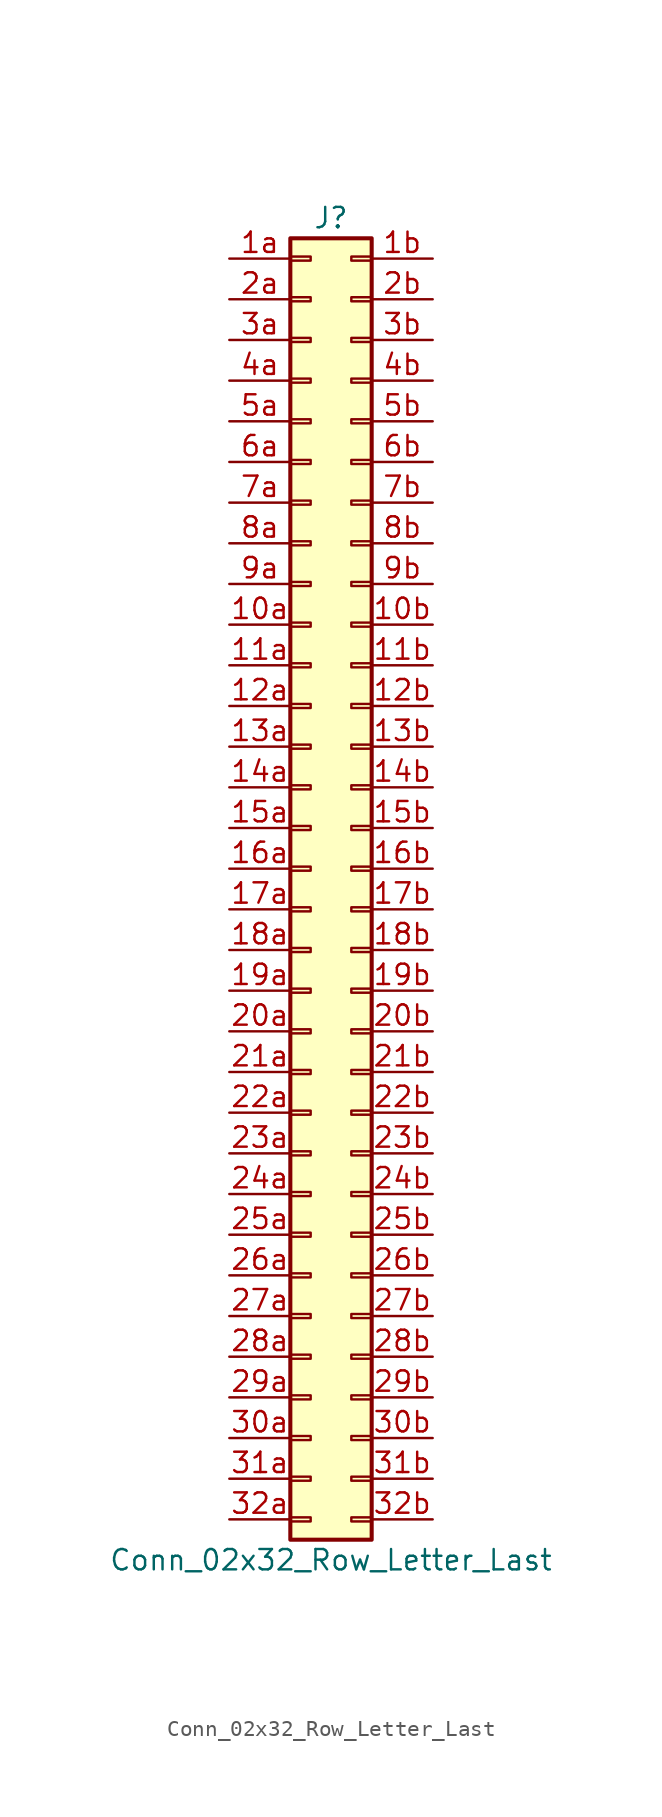
<source format=kicad_sym>
(kicad_symbol_lib
  (version 20201005)
  (generator kicad_symbol_editor)
  (symbol "Conn_02x32_Row_Letter_Last"
    (pin_names
      (offset 1.016) hide)
    (property "Reference" "J"
      (at 1.27 40.64 0)
      (effects (font (size 1.27 1.27))))
    (property "Value" "Conn_02x32_Row_Letter_Last"
      (at 1.27 -43.18 0)
      (effects (font (size 1.27 1.27))))
    (symbol "Conn_02x32_Row_Letter_Last_1_1"
      (rectangle (start -1.27 -40.513) (end 0 -40.767) (stroke (width 0.152)) (fill (type none)))
      (rectangle (start -1.27 -37.973) (end 0 -38.227) (stroke (width 0.152)) (fill (type none)))
      (rectangle (start -1.27 -35.433) (end 0 -35.687) (stroke (width 0.152)) (fill (type none)))
      (rectangle (start -1.27 -32.893) (end 0 -33.147) (stroke (width 0.152)) (fill (type none)))
      (rectangle (start -1.27 -30.353) (end 0 -30.607) (stroke (width 0.152)) (fill (type none)))
      (rectangle (start -1.27 -27.813) (end 0 -28.067) (stroke (width 0.152)) (fill (type none)))
      (rectangle (start -1.27 -25.273) (end 0 -25.527) (stroke (width 0.152)) (fill (type none)))
      (rectangle (start -1.27 -22.733) (end 0 -22.987) (stroke (width 0.152)) (fill (type none)))
      (rectangle (start -1.27 -20.193) (end 0 -20.447) (stroke (width 0.152)) (fill (type none)))
      (rectangle (start -1.27 -17.653) (end 0 -17.907) (stroke (width 0.152)) (fill (type none)))
      (rectangle (start -1.27 -15.113) (end 0 -15.367) (stroke (width 0.152)) (fill (type none)))
      (rectangle (start -1.27 -12.573) (end 0 -12.827) (stroke (width 0.152)) (fill (type none)))
      (rectangle (start -1.27 -10.033) (end 0 -10.287) (stroke (width 0.152)) (fill (type none)))
      (rectangle (start -1.27 -7.493) (end 0 -7.747) (stroke (width 0.152)) (fill (type none)))
      (rectangle (start -1.27 -4.953) (end 0 -5.207) (stroke (width 0.152)) (fill (type none)))
      (rectangle (start -1.27 -2.413) (end 0 -2.667) (stroke (width 0.152)) (fill (type none)))
      (rectangle (start -1.27 0.127) (end 0 -0.127) (stroke (width 0.152)) (fill (type none)))
      (rectangle (start -1.27 2.667) (end 0 2.413) (stroke (width 0.152)) (fill (type none)))
      (rectangle (start -1.27 5.207) (end 0 4.953) (stroke (width 0.152)) (fill (type none)))
      (rectangle (start -1.27 7.747) (end 0 7.493) (stroke (width 0.152)) (fill (type none)))
      (rectangle (start -1.27 10.287) (end 0 10.033) (stroke (width 0.152)) (fill (type none)))
      (rectangle (start -1.27 12.827) (end 0 12.573) (stroke (width 0.152)) (fill (type none)))
      (rectangle (start -1.27 15.367) (end 0 15.113) (stroke (width 0.152)) (fill (type none)))
      (rectangle (start -1.27 17.907) (end 0 17.653) (stroke (width 0.152)) (fill (type none)))
      (rectangle (start -1.27 20.447) (end 0 20.193) (stroke (width 0.152)) (fill (type none)))
      (rectangle (start -1.27 22.987) (end 0 22.733) (stroke (width 0.152)) (fill (type none)))
      (rectangle (start -1.27 25.527) (end 0 25.273) (stroke (width 0.152)) (fill (type none)))
      (rectangle (start -1.27 28.067) (end 0 27.813) (stroke (width 0.152)) (fill (type none)))
      (rectangle (start -1.27 30.607) (end 0 30.353) (stroke (width 0.152)) (fill (type none)))
      (rectangle (start -1.27 33.147) (end 0 32.893) (stroke (width 0.152)) (fill (type none)))
      (rectangle (start -1.27 35.687) (end 0 35.433) (stroke (width 0.152)) (fill (type none)))
      (rectangle (start -1.27 38.227) (end 0 37.973) (stroke (width 0.152)) (fill (type none)))
      (rectangle (start -1.27 39.37) (end 3.81 -41.91) (stroke (width 0.254)) (fill (type background)))
      (rectangle (start 3.81 -40.513) (end 2.54 -40.767) (stroke (width 0.152)) (fill (type none)))
      (rectangle (start 3.81 -37.973) (end 2.54 -38.227) (stroke (width 0.152)) (fill (type none)))
      (rectangle (start 3.81 -35.433) (end 2.54 -35.687) (stroke (width 0.152)) (fill (type none)))
      (rectangle (start 3.81 -32.893) (end 2.54 -33.147) (stroke (width 0.152)) (fill (type none)))
      (rectangle (start 3.81 -30.353) (end 2.54 -30.607) (stroke (width 0.152)) (fill (type none)))
      (rectangle (start 3.81 -27.813) (end 2.54 -28.067) (stroke (width 0.152)) (fill (type none)))
      (rectangle (start 3.81 -25.273) (end 2.54 -25.527) (stroke (width 0.152)) (fill (type none)))
      (rectangle (start 3.81 -22.733) (end 2.54 -22.987) (stroke (width 0.152)) (fill (type none)))
      (rectangle (start 3.81 -20.193) (end 2.54 -20.447) (stroke (width 0.152)) (fill (type none)))
      (rectangle (start 3.81 -17.653) (end 2.54 -17.907) (stroke (width 0.152)) (fill (type none)))
      (rectangle (start 3.81 -15.113) (end 2.54 -15.367) (stroke (width 0.152)) (fill (type none)))
      (rectangle (start 3.81 -12.573) (end 2.54 -12.827) (stroke (width 0.152)) (fill (type none)))
      (rectangle (start 3.81 -10.033) (end 2.54 -10.287) (stroke (width 0.152)) (fill (type none)))
      (rectangle (start 3.81 -7.493) (end 2.54 -7.747) (stroke (width 0.152)) (fill (type none)))
      (rectangle (start 3.81 -4.953) (end 2.54 -5.207) (stroke (width 0.152)) (fill (type none)))
      (rectangle (start 3.81 -2.413) (end 2.54 -2.667) (stroke (width 0.152)) (fill (type none)))
      (rectangle (start 3.81 0.127) (end 2.54 -0.127) (stroke (width 0.152)) (fill (type none)))
      (rectangle (start 3.81 2.667) (end 2.54 2.413) (stroke (width 0.152)) (fill (type none)))
      (rectangle (start 3.81 5.207) (end 2.54 4.953) (stroke (width 0.152)) (fill (type none)))
      (rectangle (start 3.81 7.747) (end 2.54 7.493) (stroke (width 0.152)) (fill (type none)))
      (rectangle (start 3.81 10.287) (end 2.54 10.033) (stroke (width 0.152)) (fill (type none)))
      (rectangle (start 3.81 12.827) (end 2.54 12.573) (stroke (width 0.152)) (fill (type none)))
      (rectangle (start 3.81 15.367) (end 2.54 15.113) (stroke (width 0.152)) (fill (type none)))
      (rectangle (start 3.81 17.907) (end 2.54 17.653) (stroke (width 0.152)) (fill (type none)))
      (rectangle (start 3.81 20.447) (end 2.54 20.193) (stroke (width 0.152)) (fill (type none)))
      (rectangle (start 3.81 22.987) (end 2.54 22.733) (stroke (width 0.152)) (fill (type none)))
      (rectangle (start 3.81 25.527) (end 2.54 25.273) (stroke (width 0.152)) (fill (type none)))
      (rectangle (start 3.81 28.067) (end 2.54 27.813) (stroke (width 0.152)) (fill (type none)))
      (rectangle (start 3.81 30.607) (end 2.54 30.353) (stroke (width 0.152)) (fill (type none)))
      (rectangle (start 3.81 33.147) (end 2.54 32.893) (stroke (width 0.152)) (fill (type none)))
      (rectangle (start 3.81 35.687) (end 2.54 35.433) (stroke (width 0.152)) (fill (type none)))
      (rectangle (start 3.81 38.227) (end 2.54 37.973) (stroke (width 0.152)) (fill (type none)))
      (pin passive line (at -5.08 15.24 0) (length 3.81) (name "Pin_10a" (effects (font (size 1.27 1.27)))) (number "10a" (effects (font (size 1.27 1.27)))))
      (pin passive line (at 7.62 15.24 180) (length 3.81) (name "Pin_10b" (effects (font (size 1.27 1.27)))) (number "10b" (effects (font (size 1.27 1.27)))))
      (pin passive line (at -5.08 12.7 0) (length 3.81) (name "Pin_11a" (effects (font (size 1.27 1.27)))) (number "11a" (effects (font (size 1.27 1.27)))))
      (pin passive line (at 7.62 12.7 180) (length 3.81) (name "Pin_11b" (effects (font (size 1.27 1.27)))) (number "11b" (effects (font (size 1.27 1.27)))))
      (pin passive line (at -5.08 10.16 0) (length 3.81) (name "Pin_12a" (effects (font (size 1.27 1.27)))) (number "12a" (effects (font (size 1.27 1.27)))))
      (pin passive line (at 7.62 10.16 180) (length 3.81) (name "Pin_12b" (effects (font (size 1.27 1.27)))) (number "12b" (effects (font (size 1.27 1.27)))))
      (pin passive line (at -5.08 7.62 0) (length 3.81) (name "Pin_13a" (effects (font (size 1.27 1.27)))) (number "13a" (effects (font (size 1.27 1.27)))))
      (pin passive line (at 7.62 7.62 180) (length 3.81) (name "Pin_13b" (effects (font (size 1.27 1.27)))) (number "13b" (effects (font (size 1.27 1.27)))))
      (pin passive line (at -5.08 5.08 0) (length 3.81) (name "Pin_14a" (effects (font (size 1.27 1.27)))) (number "14a" (effects (font (size 1.27 1.27)))))
      (pin passive line (at 7.62 5.08 180) (length 3.81) (name "Pin_14b" (effects (font (size 1.27 1.27)))) (number "14b" (effects (font (size 1.27 1.27)))))
      (pin passive line (at -5.08 2.54 0) (length 3.81) (name "Pin_15a" (effects (font (size 1.27 1.27)))) (number "15a" (effects (font (size 1.27 1.27)))))
      (pin passive line (at 7.62 2.54 180) (length 3.81) (name "Pin_15b" (effects (font (size 1.27 1.27)))) (number "15b" (effects (font (size 1.27 1.27)))))
      (pin passive line (at -5.08 0 0) (length 3.81) (name "Pin_16a" (effects (font (size 1.27 1.27)))) (number "16a" (effects (font (size 1.27 1.27)))))
      (pin passive line (at 7.62 0 180) (length 3.81) (name "Pin_16b" (effects (font (size 1.27 1.27)))) (number "16b" (effects (font (size 1.27 1.27)))))
      (pin passive line (at -5.08 -2.54 0) (length 3.81) (name "Pin_17a" (effects (font (size 1.27 1.27)))) (number "17a" (effects (font (size 1.27 1.27)))))
      (pin passive line (at 7.62 -2.54 180) (length 3.81) (name "Pin_17b" (effects (font (size 1.27 1.27)))) (number "17b" (effects (font (size 1.27 1.27)))))
      (pin passive line (at -5.08 -5.08 0) (length 3.81) (name "Pin_18a" (effects (font (size 1.27 1.27)))) (number "18a" (effects (font (size 1.27 1.27)))))
      (pin passive line (at 7.62 -5.08 180) (length 3.81) (name "Pin_18b" (effects (font (size 1.27 1.27)))) (number "18b" (effects (font (size 1.27 1.27)))))
      (pin passive line (at -5.08 -7.62 0) (length 3.81) (name "Pin_19a" (effects (font (size 1.27 1.27)))) (number "19a" (effects (font (size 1.27 1.27)))))
      (pin passive line (at 7.62 -7.62 180) (length 3.81) (name "Pin_19b" (effects (font (size 1.27 1.27)))) (number "19b" (effects (font (size 1.27 1.27)))))
      (pin passive line (at -5.08 38.1 0) (length 3.81) (name "Pin_1a" (effects (font (size 1.27 1.27)))) (number "1a" (effects (font (size 1.27 1.27)))))
      (pin passive line (at 7.62 38.1 180) (length 3.81) (name "Pin_1b" (effects (font (size 1.27 1.27)))) (number "1b" (effects (font (size 1.27 1.27)))))
      (pin passive line (at -5.08 -10.16 0) (length 3.81) (name "Pin_20a" (effects (font (size 1.27 1.27)))) (number "20a" (effects (font (size 1.27 1.27)))))
      (pin passive line (at 7.62 -10.16 180) (length 3.81) (name "Pin_20b" (effects (font (size 1.27 1.27)))) (number "20b" (effects (font (size 1.27 1.27)))))
      (pin passive line (at -5.08 -12.7 0) (length 3.81) (name "Pin_21a" (effects (font (size 1.27 1.27)))) (number "21a" (effects (font (size 1.27 1.27)))))
      (pin passive line (at 7.62 -12.7 180) (length 3.81) (name "Pin_21b" (effects (font (size 1.27 1.27)))) (number "21b" (effects (font (size 1.27 1.27)))))
      (pin passive line (at -5.08 -15.24 0) (length 3.81) (name "Pin_22a" (effects (font (size 1.27 1.27)))) (number "22a" (effects (font (size 1.27 1.27)))))
      (pin passive line (at 7.62 -15.24 180) (length 3.81) (name "Pin_22b" (effects (font (size 1.27 1.27)))) (number "22b" (effects (font (size 1.27 1.27)))))
      (pin passive line (at -5.08 -17.78 0) (length 3.81) (name "Pin_23a" (effects (font (size 1.27 1.27)))) (number "23a" (effects (font (size 1.27 1.27)))))
      (pin passive line (at 7.62 -17.78 180) (length 3.81) (name "Pin_23b" (effects (font (size 1.27 1.27)))) (number "23b" (effects (font (size 1.27 1.27)))))
      (pin passive line (at -5.08 -20.32 0) (length 3.81) (name "Pin_24a" (effects (font (size 1.27 1.27)))) (number "24a" (effects (font (size 1.27 1.27)))))
      (pin passive line (at 7.62 -20.32 180) (length 3.81) (name "Pin_24b" (effects (font (size 1.27 1.27)))) (number "24b" (effects (font (size 1.27 1.27)))))
      (pin passive line (at -5.08 -22.86 0) (length 3.81) (name "Pin_25a" (effects (font (size 1.27 1.27)))) (number "25a" (effects (font (size 1.27 1.27)))))
      (pin passive line (at 7.62 -22.86 180) (length 3.81) (name "Pin_25b" (effects (font (size 1.27 1.27)))) (number "25b" (effects (font (size 1.27 1.27)))))
      (pin passive line (at -5.08 -25.4 0) (length 3.81) (name "Pin_26a" (effects (font (size 1.27 1.27)))) (number "26a" (effects (font (size 1.27 1.27)))))
      (pin passive line (at 7.62 -25.4 180) (length 3.81) (name "Pin_26b" (effects (font (size 1.27 1.27)))) (number "26b" (effects (font (size 1.27 1.27)))))
      (pin passive line (at -5.08 -27.94 0) (length 3.81) (name "Pin_27a" (effects (font (size 1.27 1.27)))) (number "27a" (effects (font (size 1.27 1.27)))))
      (pin passive line (at 7.62 -27.94 180) (length 3.81) (name "Pin_27b" (effects (font (size 1.27 1.27)))) (number "27b" (effects (font (size 1.27 1.27)))))
      (pin passive line (at -5.08 -30.48 0) (length 3.81) (name "Pin_28a" (effects (font (size 1.27 1.27)))) (number "28a" (effects (font (size 1.27 1.27)))))
      (pin passive line (at 7.62 -30.48 180) (length 3.81) (name "Pin_28b" (effects (font (size 1.27 1.27)))) (number "28b" (effects (font (size 1.27 1.27)))))
      (pin passive line (at -5.08 -33.02 0) (length 3.81) (name "Pin_29a" (effects (font (size 1.27 1.27)))) (number "29a" (effects (font (size 1.27 1.27)))))
      (pin passive line (at 7.62 -33.02 180) (length 3.81) (name "Pin_29b" (effects (font (size 1.27 1.27)))) (number "29b" (effects (font (size 1.27 1.27)))))
      (pin passive line (at -5.08 35.56 0) (length 3.81) (name "Pin_2a" (effects (font (size 1.27 1.27)))) (number "2a" (effects (font (size 1.27 1.27)))))
      (pin passive line (at 7.62 35.56 180) (length 3.81) (name "Pin_2b" (effects (font (size 1.27 1.27)))) (number "2b" (effects (font (size 1.27 1.27)))))
      (pin passive line (at -5.08 -35.56 0) (length 3.81) (name "Pin_30a" (effects (font (size 1.27 1.27)))) (number "30a" (effects (font (size 1.27 1.27)))))
      (pin passive line (at 7.62 -35.56 180) (length 3.81) (name "Pin_30b" (effects (font (size 1.27 1.27)))) (number "30b" (effects (font (size 1.27 1.27)))))
      (pin passive line (at -5.08 -38.1 0) (length 3.81) (name "Pin_31a" (effects (font (size 1.27 1.27)))) (number "31a" (effects (font (size 1.27 1.27)))))
      (pin passive line (at 7.62 -38.1 180) (length 3.81) (name "Pin_31b" (effects (font (size 1.27 1.27)))) (number "31b" (effects (font (size 1.27 1.27)))))
      (pin passive line (at -5.08 -40.64 0) (length 3.81) (name "Pin_32a" (effects (font (size 1.27 1.27)))) (number "32a" (effects (font (size 1.27 1.27)))))
      (pin passive line (at 7.62 -40.64 180) (length 3.81) (name "Pin_32b" (effects (font (size 1.27 1.27)))) (number "32b" (effects (font (size 1.27 1.27)))))
      (pin passive line (at -5.08 33.02 0) (length 3.81) (name "Pin_3a" (effects (font (size 1.27 1.27)))) (number "3a" (effects (font (size 1.27 1.27)))))
      (pin passive line (at 7.62 33.02 180) (length 3.81) (name "Pin_3b" (effects (font (size 1.27 1.27)))) (number "3b" (effects (font (size 1.27 1.27)))))
      (pin passive line (at -5.08 30.48 0) (length 3.81) (name "Pin_4a" (effects (font (size 1.27 1.27)))) (number "4a" (effects (font (size 1.27 1.27)))))
      (pin passive line (at 7.62 30.48 180) (length 3.81) (name "Pin_4b" (effects (font (size 1.27 1.27)))) (number "4b" (effects (font (size 1.27 1.27)))))
      (pin passive line (at -5.08 27.94 0) (length 3.81) (name "Pin_5a" (effects (font (size 1.27 1.27)))) (number "5a" (effects (font (size 1.27 1.27)))))
      (pin passive line (at 7.62 27.94 180) (length 3.81) (name "Pin_5b" (effects (font (size 1.27 1.27)))) (number "5b" (effects (font (size 1.27 1.27)))))
      (pin passive line (at -5.08 25.4 0) (length 3.81) (name "Pin_6a" (effects (font (size 1.27 1.27)))) (number "6a" (effects (font (size 1.27 1.27)))))
      (pin passive line (at 7.62 25.4 180) (length 3.81) (name "Pin_6b" (effects (font (size 1.27 1.27)))) (number "6b" (effects (font (size 1.27 1.27)))))
      (pin passive line (at -5.08 22.86 0) (length 3.81) (name "Pin_7a" (effects (font (size 1.27 1.27)))) (number "7a" (effects (font (size 1.27 1.27)))))
      (pin passive line (at 7.62 22.86 180) (length 3.81) (name "Pin_7b" (effects (font (size 1.27 1.27)))) (number "7b" (effects (font (size 1.27 1.27)))))
      (pin passive line (at -5.08 20.32 0) (length 3.81) (name "Pin_8a" (effects (font (size 1.27 1.27)))) (number "8a" (effects (font (size 1.27 1.27)))))
      (pin passive line (at 7.62 20.32 180) (length 3.81) (name "Pin_8b" (effects (font (size 1.27 1.27)))) (number "8b" (effects (font (size 1.27 1.27)))))
      (pin passive line (at -5.08 17.78 0) (length 3.81) (name "Pin_9a" (effects (font (size 1.27 1.27)))) (number "9a" (effects (font (size 1.27 1.27)))))
      (pin passive line (at 7.62 17.78 180) (length 3.81) (name "Pin_9b" (effects (font (size 1.27 1.27)))) (number "9b" (effects (font (size 1.27 1.27))))))))
</source>
